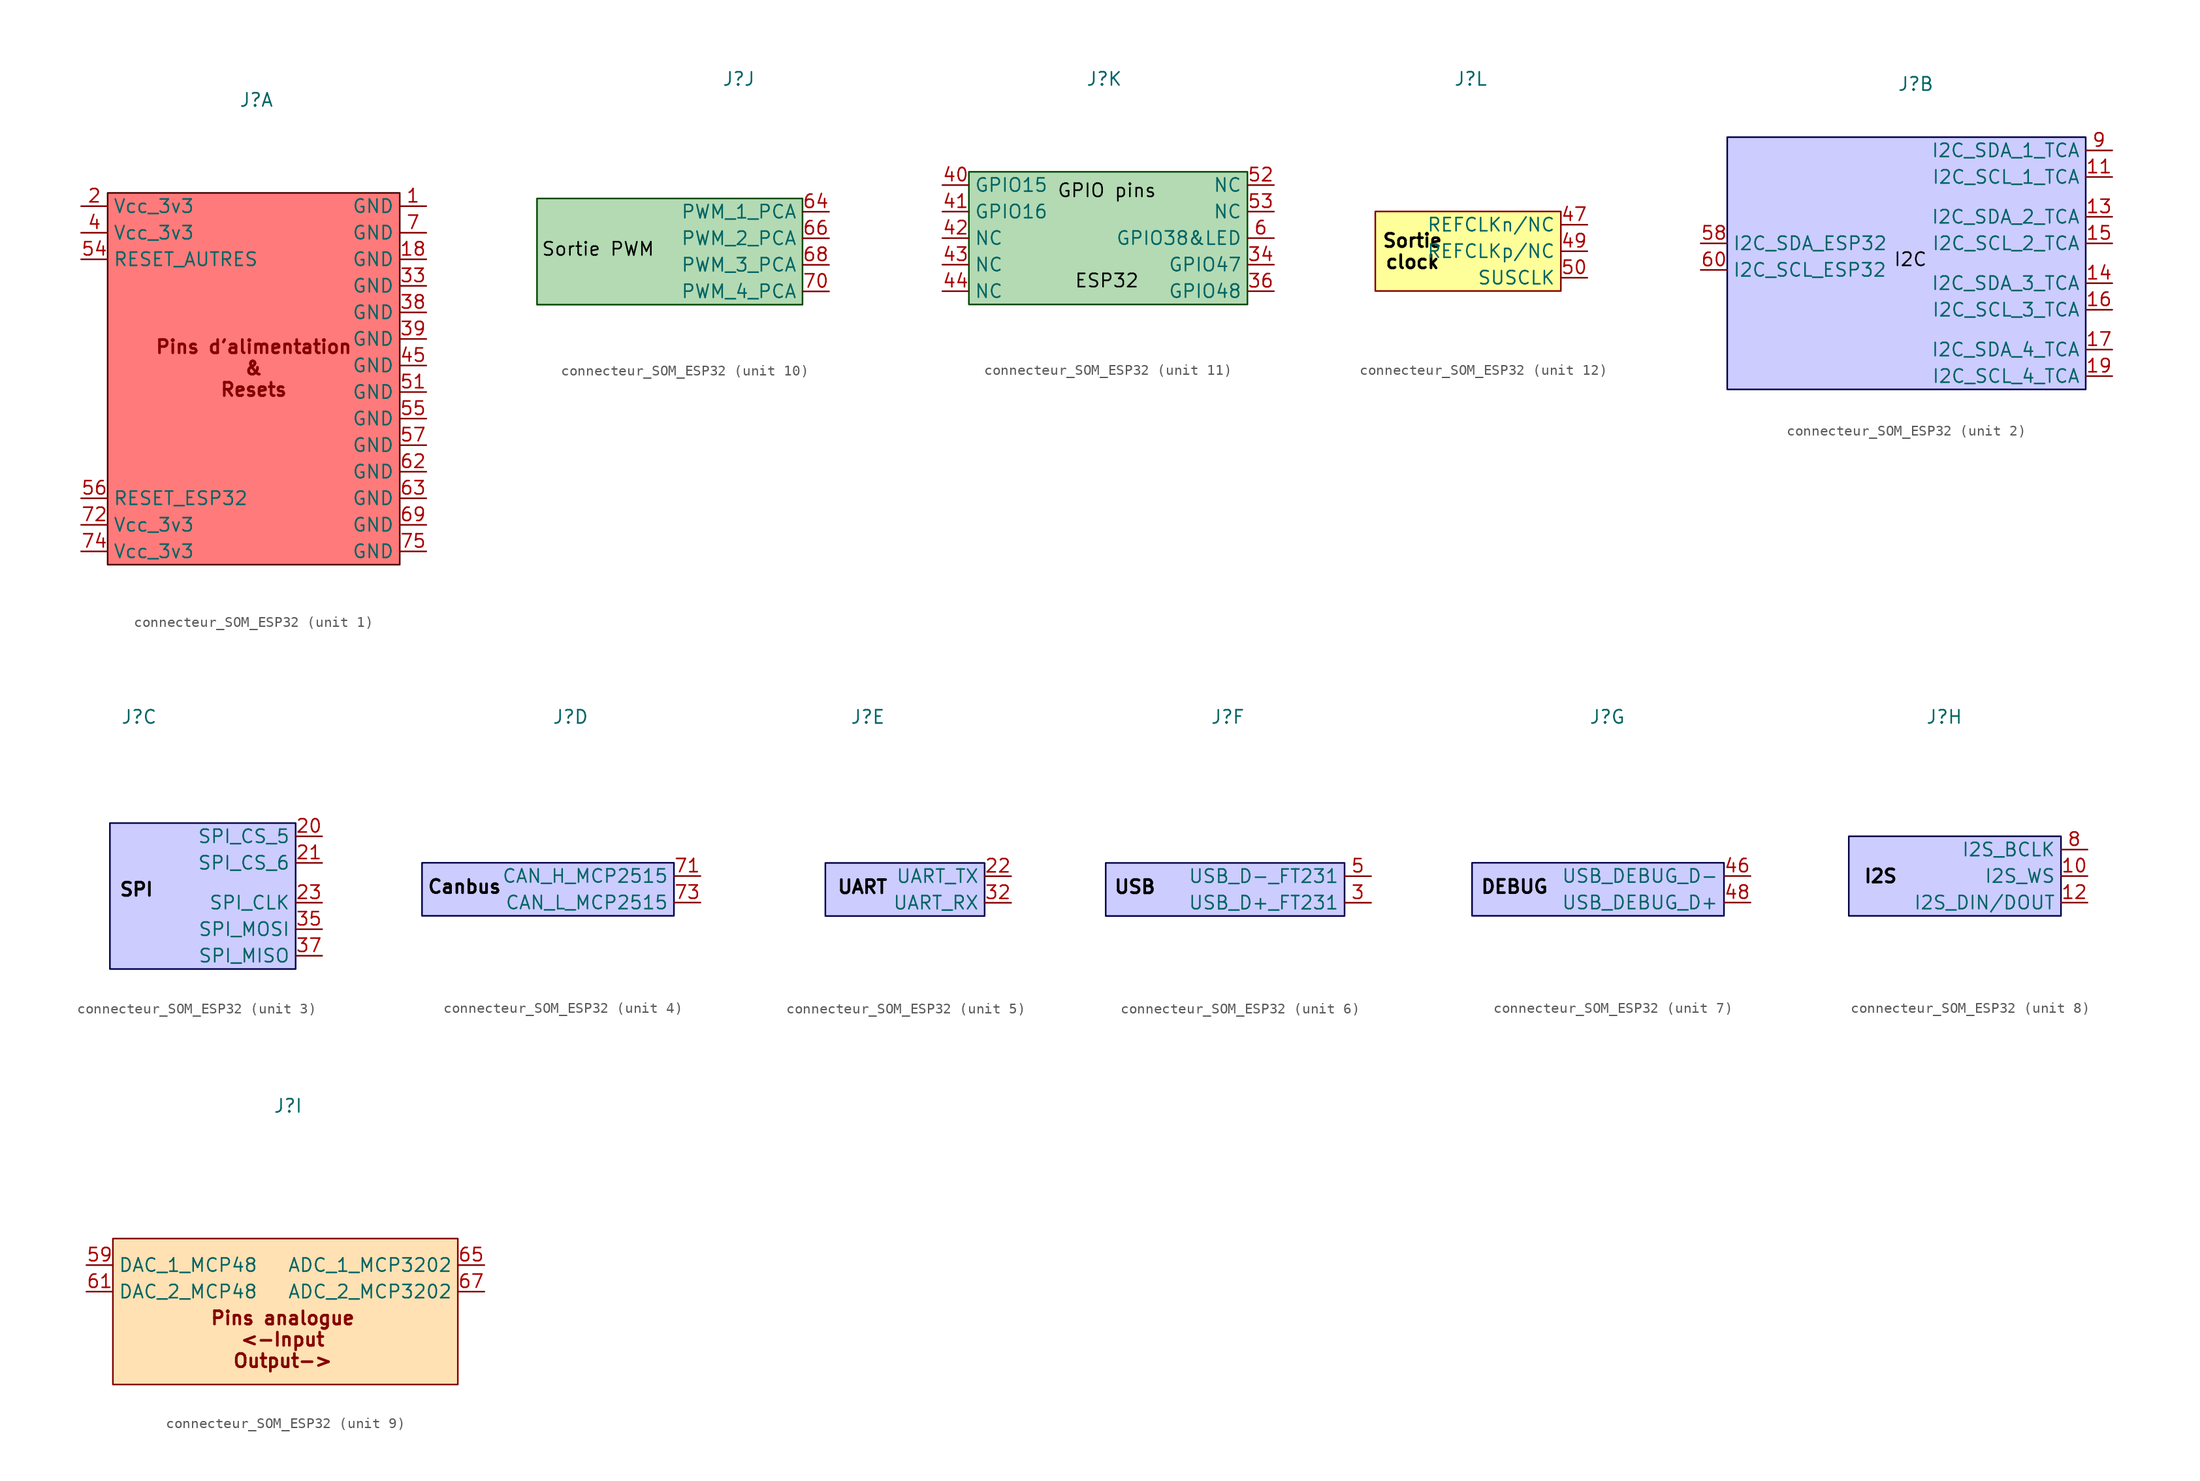
<source format=kicad_sym>
(kicad_symbol_lib
  (version 20231120)
  (generator "kicad_symbol_editor")
  (generator_version "8.0")
  (symbol "connecteur_SOM_ESP32"
    (property "Reference" "J"
      (at 0.254 16.51 0)
      (effects (font (size 1.27 1.27))))
    (property "Value" ""
      (at -6.35 -7.62 0)
      (effects (font (size 1.27 1.27))))
    (property "ki_locked" ""
      (at 0 0 0)
      (effects (font (size 1.27 1.27))))
    (symbol "connecteur_SOM_ESP32_1_1"
      (rectangle (start -13.97 7.62) (end 13.97 -27.94) (stroke (width 0) (type default) (color 72 0 0 1)) (fill (type color) (color 255 0 0 0.52)))
      (text "Pins d'alimentation\n&\nResets" (at 0 -9.144 0) (effects (font (size 1.27 1.27) (bold yes))))
      (pin power_in line (at 16.51 6.35 180) (length 2.54) (name "GND" (effects (font (size 1.27 1.27)))) (number "1" (effects (font (size 1.27 1.27)))))
      (pin power_in line (at 16.51 1.27 180) (length 2.54) (name "GND" (effects (font (size 1.27 1.27)))) (number "18" (effects (font (size 1.27 1.27)))))
      (pin power_in line (at -16.51 6.35 0) (length 2.54) (name "Vcc_3v3" (effects (font (size 1.27 1.27)))) (number "2" (effects (font (size 1.27 1.27)))))
      (pin power_in line (at 16.51 -1.27 180) (length 2.54) (name "GND" (effects (font (size 1.27 1.27)))) (number "33" (effects (font (size 1.27 1.27)))))
      (pin power_in line (at 16.51 -3.81 180) (length 2.54) (name "GND" (effects (font (size 1.27 1.27)))) (number "38" (effects (font (size 1.27 1.27)))))
      (pin power_in line (at 16.51 -6.35 180) (length 2.54) (name "GND" (effects (font (size 1.27 1.27)))) (number "39" (effects (font (size 1.27 1.27)))))
      (pin power_in line (at -16.51 3.81 0) (length 2.54) (name "Vcc_3v3" (effects (font (size 1.27 1.27)))) (number "4" (effects (font (size 1.27 1.27)))))
      (pin power_in line (at 16.51 -8.89 180) (length 2.54) (name "GND" (effects (font (size 1.27 1.27)))) (number "45" (effects (font (size 1.27 1.27)))))
      (pin power_in line (at 16.51 -11.43 180) (length 2.54) (name "GND" (effects (font (size 1.27 1.27)))) (number "51" (effects (font (size 1.27 1.27)))))
      (pin bidirectional line (at -16.51 1.27 0) (length 2.54) (name "RESET_AUTRES" (effects (font (size 1.27 1.27)))) (number "54" (effects (font (size 1.27 1.27)))))
      (pin power_in line (at 16.51 -13.97 180) (length 2.54) (name "GND" (effects (font (size 1.27 1.27)))) (number "55" (effects (font (size 1.27 1.27)))))
      (pin bidirectional line (at -16.51 -21.59 0) (length 2.54) (name "RESET_ESP32" (effects (font (size 1.27 1.27)))) (number "56" (effects (font (size 1.27 1.27)))))
      (pin power_in line (at 16.51 -16.51 180) (length 2.54) (name "GND" (effects (font (size 1.27 1.27)))) (number "57" (effects (font (size 1.27 1.27)))))
      (pin power_in line (at 16.51 -19.05 180) (length 2.54) (name "GND" (effects (font (size 1.27 1.27)))) (number "62" (effects (font (size 1.27 1.27)))))
      (pin power_in line (at 16.51 -21.59 180) (length 2.54) (name "GND" (effects (font (size 1.27 1.27)))) (number "63" (effects (font (size 1.27 1.27)))))
      (pin power_in line (at 16.51 -24.13 180) (length 2.54) (name "GND" (effects (font (size 1.27 1.27)))) (number "69" (effects (font (size 1.27 1.27)))))
      (pin power_in line (at 16.51 3.81 180) (length 2.54) (name "GND" (effects (font (size 1.27 1.27)))) (number "7" (effects (font (size 1.27 1.27)))))
      (pin power_in line (at -16.51 -24.13 0) (length 2.54) (name "Vcc_3v3" (effects (font (size 1.27 1.27)))) (number "72" (effects (font (size 1.27 1.27)))))
      (pin power_in line (at -16.51 -26.67 0) (length 2.54) (name "Vcc_3v3" (effects (font (size 1.27 1.27)))) (number "74" (effects (font (size 1.27 1.27)))))
      (pin power_in line (at 16.51 -26.67 180) (length 2.54) (name "GND" (effects (font (size 1.27 1.27)))) (number "75" (effects (font (size 1.27 1.27))))))
    (symbol "connecteur_SOM_ESP32_2_1"
      (rectangle (start -17.78 11.43) (end 16.51 -12.7) (stroke (width 0) (type default) (color 0 0 72 1)) (fill (type color) (color 0 0 255 0.2)))
      (text "I2C" (at -0.254 -0.254 0) (effects (font (size 1.27 1.27) (color 0 0 0 1))))
      (pin bidirectional line (at 19.05 7.62 180) (length 2.54) (name "I2C_SCL_1_TCA" (effects (font (size 1.27 1.27)))) (number "11" (effects (font (size 1.27 1.27)))))
      (pin bidirectional line (at 19.05 3.81 180) (length 2.54) (name "I2C_SDA_2_TCA" (effects (font (size 1.27 1.27)))) (number "13" (effects (font (size 1.27 1.27)))))
      (pin bidirectional line (at 19.05 -2.54 180) (length 2.54) (name "I2C_SDA_3_TCA" (effects (font (size 1.27 1.27)))) (number "14" (effects (font (size 1.27 1.27)))))
      (pin bidirectional line (at 19.05 1.27 180) (length 2.54) (name "I2C_SCL_2_TCA" (effects (font (size 1.27 1.27)))) (number "15" (effects (font (size 1.27 1.27)))))
      (pin bidirectional line (at 19.05 -5.08 180) (length 2.54) (name "I2C_SCL_3_TCA" (effects (font (size 1.27 1.27)))) (number "16" (effects (font (size 1.27 1.27)))))
      (pin bidirectional line (at 19.05 -8.89 180) (length 2.54) (name "I2C_SDA_4_TCA" (effects (font (size 1.27 1.27)))) (number "17" (effects (font (size 1.27 1.27)))))
      (pin bidirectional line (at 19.05 -11.43 180) (length 2.54) (name "I2C_SCL_4_TCA" (effects (font (size 1.27 1.27)))) (number "19" (effects (font (size 1.27 1.27)))))
      (pin bidirectional line (at -20.32 1.27 0) (length 2.54) (name "I2C_SDA_ESP32" (effects (font (size 1.27 1.27)))) (number "58" (effects (font (size 1.27 1.27)))))
      (pin bidirectional line (at -20.32 -1.27 0) (length 2.54) (name "I2C_SCL_ESP32" (effects (font (size 1.27 1.27)))) (number "60" (effects (font (size 1.27 1.27)))))
      (pin bidirectional line (at 19.05 10.16 180) (length 2.54) (name "I2C_SDA_1_TCA" (effects (font (size 1.27 1.27)))) (number "9" (effects (font (size 1.27 1.27))))))
    (symbol "connecteur_SOM_ESP32_3_1"
      (rectangle (start -2.54 6.35) (end 15.24 -7.62) (stroke (width 0) (type default) (color 0 0 72 1)) (fill (type color) (color 0 0 255 0.2)))
      (text "SPI" (at 0 0 0) (effects (font (size 1.27 1.27) (bold yes) (color 0 0 0 1))))
      (pin bidirectional line (at 17.78 5.08 180) (length 2.54) (name "SPI_CS_5" (effects (font (size 1.27 1.27)))) (number "20" (effects (font (size 1.27 1.27)))))
      (pin bidirectional line (at 17.78 2.54 180) (length 2.54) (name "SPI_CS_6" (effects (font (size 1.27 1.27)))) (number "21" (effects (font (size 1.27 1.27)))))
      (pin bidirectional line (at 17.78 -1.27 180) (length 2.54) (name "SPI_CLK" (effects (font (size 1.27 1.27)))) (number "23" (effects (font (size 1.27 1.27)))))
      (pin bidirectional line (at 17.78 -3.81 180) (length 2.54) (name "SPI_MOSI" (effects (font (size 1.27 1.27)))) (number "35" (effects (font (size 1.27 1.27)))))
      (pin bidirectional line (at 17.78 -6.35 180) (length 2.54) (name "SPI_MISO" (effects (font (size 1.27 1.27)))) (number "37" (effects (font (size 1.27 1.27))))))
    (symbol "connecteur_SOM_ESP32_4_1"
      (rectangle (start -13.97 2.54) (end 10.16 -2.54) (stroke (width 0) (type default) (color 0 0 72 1)) (fill (type color) (color 0 0 255 0.2)))
      (text "Canbus" (at -9.906 0.254 0) (effects (font (size 1.27 1.27) (bold yes) (color 0 0 0 1))))
      (pin bidirectional line (at 12.7 1.27 180) (length 2.54) (name "CAN_H_MCP2515" (effects (font (size 1.27 1.27)))) (number "71" (effects (font (size 1.27 1.27)))))
      (pin bidirectional line (at 12.7 -1.27 180) (length 2.54) (name "CAN_L_MCP2515" (effects (font (size 1.27 1.27)))) (number "73" (effects (font (size 1.27 1.27))))))
    (symbol "connecteur_SOM_ESP32_5_1"
      (rectangle (start -3.81 2.54) (end 11.43 -2.54) (stroke (width 0) (type default) (color 0 0 72 1)) (fill (type color) (color 0 0 255 0.2)))
      (text "UART" (at -0.254 0.254 0) (effects (font (size 1.27 1.27) (bold yes) (color 0 0 0 1))))
      (pin bidirectional line (at 13.97 1.27 180) (length 2.54) (name "UART_TX" (effects (font (size 1.27 1.27)))) (number "22" (effects (font (size 1.27 1.27)))))
      (pin bidirectional line (at 13.97 -1.27 180) (length 2.54) (name "UART_RX" (effects (font (size 1.27 1.27)))) (number "32" (effects (font (size 1.27 1.27))))))
    (symbol "connecteur_SOM_ESP32_6_1"
      (rectangle (start -11.43 2.54) (end 11.43 -2.54) (stroke (width 0) (type default) (color 0 0 72 1)) (fill (type color) (color 0 0 255 0.2)))
      (text "USB" (at -8.636 0.254 0) (effects (font (size 1.27 1.27) (bold yes) (color 0 0 0 1))))
      (pin bidirectional line (at 13.97 -1.27 180) (length 2.54) (name "USB_D+_FT231" (effects (font (size 1.27 1.27)))) (number "3" (effects (font (size 1.27 1.27)))))
      (pin bidirectional line (at 13.97 1.27 180) (length 2.54) (name "USB_D-_FT231" (effects (font (size 1.27 1.27)))) (number "5" (effects (font (size 1.27 1.27))))))
    (symbol "connecteur_SOM_ESP32_7_1"
      (rectangle (start -12.7 2.54) (end 11.43 -2.54) (stroke (width 0) (type default) (color 0 0 72 1)) (fill (type color) (color 0 0 255 0.2)))
      (text "DEBUG" (at -8.636 0.254 0) (effects (font (size 1.27 1.27) (bold yes) (color 0 0 0 1))))
      (pin bidirectional line (at 13.97 1.27 180) (length 2.54) (name "USB_DEBUG_D-" (effects (font (size 1.27 1.27)))) (number "46" (effects (font (size 1.27 1.27)))))
      (pin bidirectional line (at 13.97 -1.27 180) (length 2.54) (name "USB_DEBUG_D+" (effects (font (size 1.27 1.27)))) (number "48" (effects (font (size 1.27 1.27))))))
    (symbol "connecteur_SOM_ESP32_8_1"
      (rectangle (start -8.89 5.08) (end 11.43 -2.54) (stroke (width 0) (type default) (color 0 0 72 1)) (fill (type color) (color 0 0 255 0.2)))
      (text "I2S" (at -5.842 1.27 0) (effects (font (size 1.27 1.27) (bold yes) (color 0 0 0 1))))
      (pin bidirectional line (at 13.97 1.27 180) (length 2.54) (name "I2S_WS" (effects (font (size 1.27 1.27)))) (number "10" (effects (font (size 1.27 1.27)))))
      (pin bidirectional line (at 13.97 -1.27 180) (length 2.54) (name "I2S_DIN/DOUT" (effects (font (size 1.27 1.27)))) (number "12" (effects (font (size 1.27 1.27)))))
      (pin bidirectional line (at 13.97 3.81 180) (length 2.54) (name "I2S_BCLK" (effects (font (size 1.27 1.27)))) (number "8" (effects (font (size 1.27 1.27))))))
    (symbol "connecteur_SOM_ESP32_9_1"
      (rectangle (start -16.51 3.81) (end 16.51 -10.16) (stroke (width 0) (type default)) (fill (type color) (color 255 153 0 0.3)))
      (text "Pins analogue\n<-Input\nOutput->" (at -0.254 -5.842 0) (effects (font (size 1.27 1.27) (bold yes))))
      (pin bidirectional line (at -19.05 1.27 0) (length 2.54) (name "DAC_1_MCP48" (effects (font (size 1.27 1.27)))) (number "59" (effects (font (size 1.27 1.27)))))
      (pin bidirectional line (at -19.05 -1.27 0) (length 2.54) (name "DAC_2_MCP48" (effects (font (size 1.27 1.27)))) (number "61" (effects (font (size 1.27 1.27)))))
      (pin power_in line (at 19.05 1.27 180) (length 2.54) (name "ADC_1_MCP3202" (effects (font (size 1.27 1.27)))) (number "65" (effects (font (size 1.27 1.27)))))
      (pin power_in line (at 19.05 -1.27 180) (length 2.54) (name "ADC_2_MCP3202" (effects (font (size 1.27 1.27)))) (number "67" (effects (font (size 1.27 1.27))))))
    (symbol "connecteur_SOM_ESP32_10_1"
      (rectangle (start -19.05 5.08) (end 6.35 -5.08) (stroke (width 0) (type default) (color 0 72 0 1)) (fill (type color) (color 0 132 0 0.3)))
      (text "Sortie PWM\n" (at -13.208 0.254 0) (effects (font (size 1.27 1.27) (color 0 0 0 1))))
      (pin output line (at 8.89 3.81 180) (length 2.54) (name "PWM_1_PCA" (effects (font (size 1.27 1.27)))) (number "64" (effects (font (size 1.27 1.27)))))
      (pin output line (at 8.89 1.27 180) (length 2.54) (name "PWM_2_PCA" (effects (font (size 1.27 1.27)))) (number "66" (effects (font (size 1.27 1.27)))))
      (pin output line (at 8.89 -1.27 180) (length 2.54) (name "PWM_3_PCA" (effects (font (size 1.27 1.27)))) (number "68" (effects (font (size 1.27 1.27)))))
      (pin output line (at 8.89 -3.81 180) (length 2.54) (name "PWM_4_PCA" (effects (font (size 1.27 1.27)))) (number "70" (effects (font (size 1.27 1.27))))))
    (symbol "connecteur_SOM_ESP32_11_1"
      (rectangle (start -12.7 7.62) (end 13.97 -5.08) (stroke (width 0) (type default) (color 0 72 0 1)) (fill (type color) (color 0 132 0 0.3)))
      (text "ESP32\n" (at 0.508 -2.794 0) (effects (font (size 1.27 1.27) (color 0 0 0 1))))
      (text "GPIO pins" (at 0.508 5.842 0) (effects (font (size 1.27 1.27) (color 0 0 0 1))))
      (pin bidirectional line (at 16.51 -1.27 180) (length 2.54) (name "GPIO47" (effects (font (size 1.27 1.27)))) (number "34" (effects (font (size 1.27 1.27)))))
      (pin bidirectional line (at 16.51 -3.81 180) (length 2.54) (name "GPIO48" (effects (font (size 1.27 1.27)))) (number "36" (effects (font (size 1.27 1.27)))))
      (pin bidirectional line (at -15.24 6.35 0) (length 2.54) (name "GPIO15" (effects (font (size 1.27 1.27)))) (number "40" (effects (font (size 1.27 1.27)))))
      (pin bidirectional line (at -15.24 3.81 0) (length 2.54) (name "GPIO16" (effects (font (size 1.27 1.27)))) (number "41" (effects (font (size 1.27 1.27)))))
      (pin bidirectional line (at -15.24 1.27 0) (length 2.54) (name "NC" (effects (font (size 1.27 1.27)))) (number "42" (effects (font (size 1.27 1.27)))))
      (pin bidirectional line (at -15.24 -1.27 0) (length 2.54) (name "NC" (effects (font (size 1.27 1.27)))) (number "43" (effects (font (size 1.27 1.27)))))
      (pin bidirectional line (at -15.24 -3.81 0) (length 2.54) (name "NC" (effects (font (size 1.27 1.27)))) (number "44" (effects (font (size 1.27 1.27)))))
      (pin bidirectional line (at 16.51 6.35 180) (length 2.54) (name "NC" (effects (font (size 1.27 1.27)))) (number "52" (effects (font (size 1.27 1.27)))))
      (pin bidirectional line (at 16.51 3.81 180) (length 2.54) (name "NC" (effects (font (size 1.27 1.27)))) (number "53" (effects (font (size 1.27 1.27)))))
      (pin bidirectional line (at 16.51 1.27 180) (length 2.54) (name "GPIO38&LED" (effects (font (size 1.27 1.27)))) (number "6" (effects (font (size 1.27 1.27))))))
    (symbol "connecteur_SOM_ESP32_12_1"
      (rectangle (start -8.89 3.81) (end 8.89 -3.81) (stroke (width 0) (type default)) (fill (type color) (color 255 255 0 0.4)))
      (text "Sortie\nclock" (at -5.334 0 0) (effects (font (size 1.27 1.27) (bold yes) (color 0 0 0 1))))
      (pin output line (at 11.43 2.54 180) (length 2.54) (name "REFCLKn/NC" (effects (font (size 1.27 1.27)))) (number "47" (effects (font (size 1.27 1.27)))))
      (pin output line (at 11.43 0 180) (length 2.54) (name "REFCLKp/NC" (effects (font (size 1.27 1.27)))) (number "49" (effects (font (size 1.27 1.27)))))
      (pin output line (at 11.43 -2.54 180) (length 2.54) (name "SUSCLK" (effects (font (size 1.27 1.27)))) (number "50" (effects (font (size 1.27 1.27))))))))
</source>
